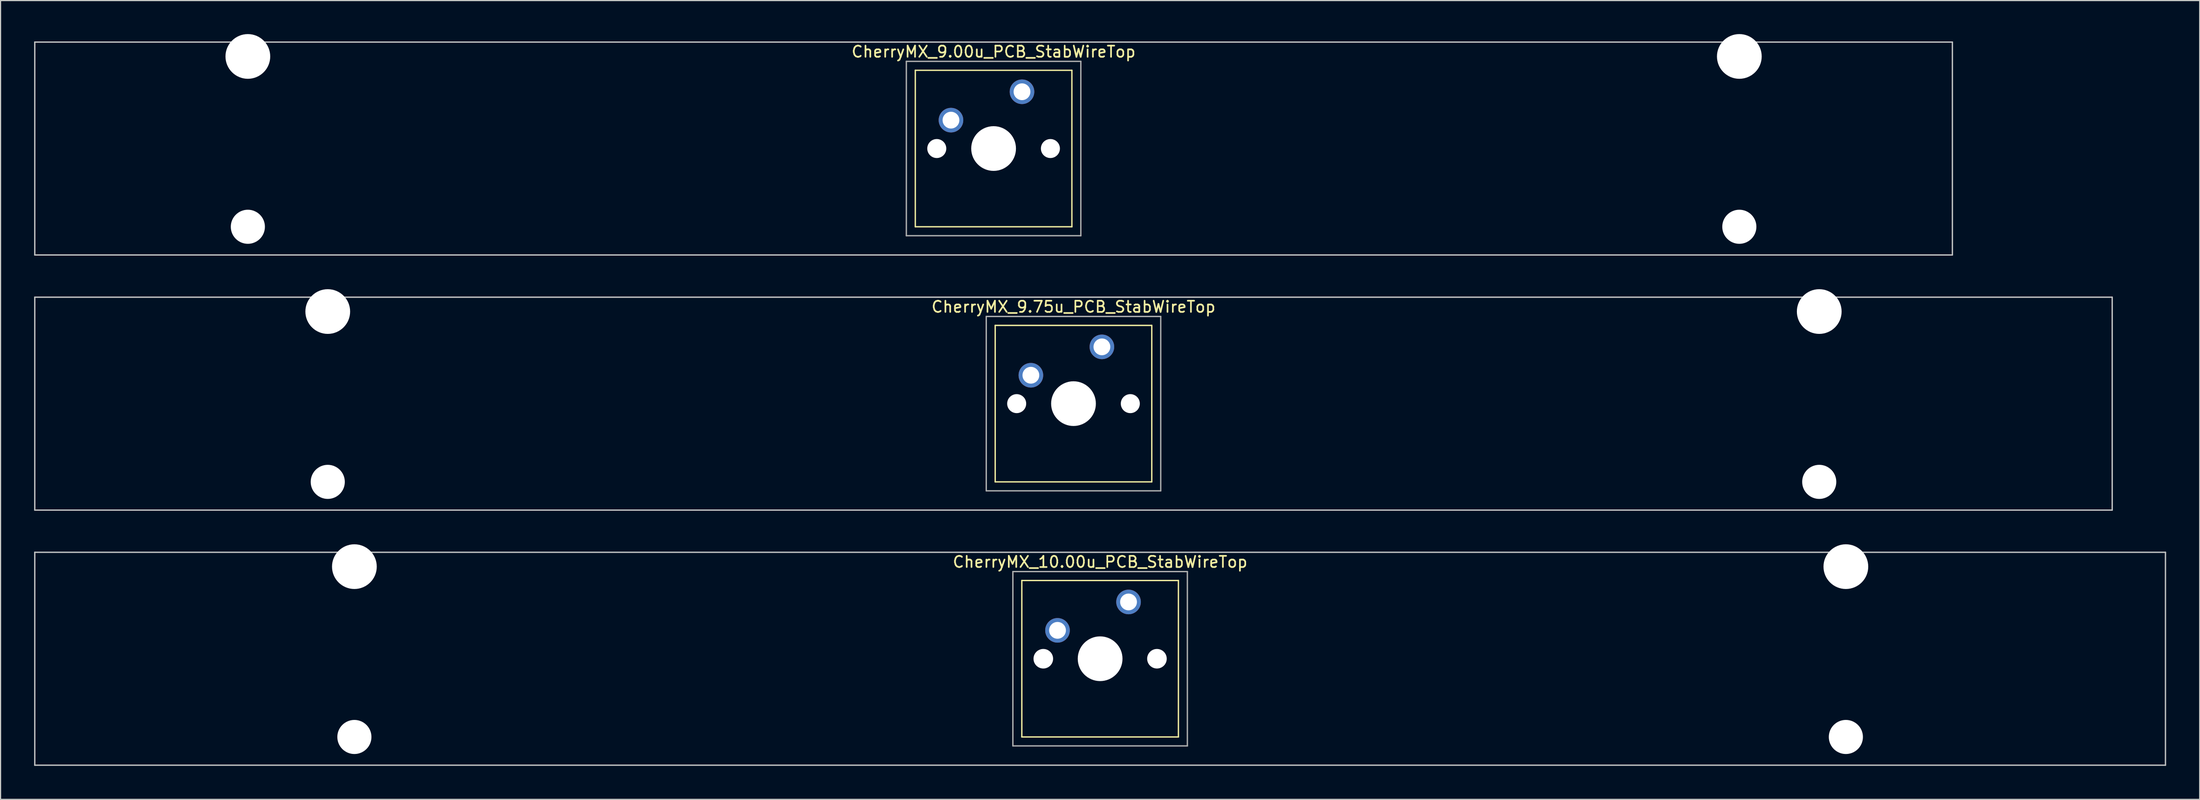
<source format=kicad_pcb>
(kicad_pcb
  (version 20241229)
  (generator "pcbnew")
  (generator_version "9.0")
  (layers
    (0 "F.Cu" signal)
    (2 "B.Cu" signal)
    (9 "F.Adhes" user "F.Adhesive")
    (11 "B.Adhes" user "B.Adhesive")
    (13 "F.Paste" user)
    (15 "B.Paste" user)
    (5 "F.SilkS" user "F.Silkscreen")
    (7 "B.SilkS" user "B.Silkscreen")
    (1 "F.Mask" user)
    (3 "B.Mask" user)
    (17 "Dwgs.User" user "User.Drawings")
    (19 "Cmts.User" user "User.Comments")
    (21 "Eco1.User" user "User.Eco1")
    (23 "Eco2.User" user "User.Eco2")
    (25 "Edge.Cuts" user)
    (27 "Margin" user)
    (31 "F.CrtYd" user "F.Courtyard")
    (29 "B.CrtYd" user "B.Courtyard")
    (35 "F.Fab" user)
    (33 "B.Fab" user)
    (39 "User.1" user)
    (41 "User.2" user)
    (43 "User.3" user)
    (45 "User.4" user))
  (footprint "CherryMX_9.00u_PCB_StabWireTop"
    (layer "F.Cu")
    (at 85.785 10.24)
    (property "Reference" "CherryMX_9.00u_PCB_StabWireTop" (at 0 -8.662 0) (layer "F.SilkS") (effects (font (size 1 1) (thickness 0.15))))
    (attr through_hole)
    (fp_line (start -7 -7) (end -7 7) (stroke (width 0.12) (type solid)) (layer "F.SilkS"))
    (fp_line (start -7 -7) (end 7 -7) (stroke (width 0.12) (type solid)) (layer "F.SilkS"))
    (fp_line (start 7 -7) (end 7 7) (stroke (width 0.12) (type solid)) (layer "F.SilkS"))
    (fp_line (start 7 7) (end -7 7) (stroke (width 0.12) (type solid)) (layer "F.SilkS"))
    (fp_line (start -85.725 -9.525) (end 85.725 -9.525) (stroke (width 0.12) (type solid)) (layer "Dwgs.User"))
    (fp_line (start -85.725 9.525) (end -85.725 -9.525) (stroke (width 0.12) (type solid)) (layer "Dwgs.User"))
    (fp_line (start 85.725 -9.525) (end 85.725 9.525) (stroke (width 0.12) (type solid)) (layer "Dwgs.User"))
    (fp_line (start 85.725 9.525) (end -85.725 9.525) (stroke (width 0.12) (type solid)) (layer "Dwgs.User"))
    (fp_line (start -7.8 -7.8) (end -7.8 7.8) (stroke (width 0.12) (type solid)) (layer "F.Fab"))
    (fp_line (start -7.8 -7.8) (end 7.8 -7.8) (stroke (width 0.12) (type solid)) (layer "F.Fab"))
    (fp_line (start -7.8 7.8) (end 7.8 7.8) (stroke (width 0.12) (type solid)) (layer "F.Fab"))
    (fp_line (start 7.8 -7.8) (end 7.8 7.8) (stroke (width 0.12) (type solid)) (layer "F.Fab"))
    (pad "" np_thru_hole circle (at -66.675 -8.24) (size 4 4) (drill 4) (layers "*.Cu" "*.Mask"))
    (pad "" np_thru_hole circle (at -66.675 7) (size 3.05 3.05) (drill 3.05) (layers "*.Cu" "*.Mask"))
    (pad "" np_thru_hole circle (at -5.08 0) (size 1.7 1.7) (drill 1.7) (layers "*.Cu" "*.Mask"))
    (pad "" np_thru_hole circle (at 0 0) (size 4 4) (drill 4) (layers "*.Cu" "*.Mask"))
    (pad "" np_thru_hole circle (at 5.08 0) (size 1.7 1.7) (drill 1.7) (layers "*.Cu" "*.Mask"))
    (pad "" np_thru_hole circle (at 66.675 -8.24) (size 4 4) (drill 4) (layers "*.Cu" "*.Mask"))
    (pad "" np_thru_hole circle (at 66.675 7) (size 3.05 3.05) (drill 3.05) (layers "*.Cu" "*.Mask"))
    (pad "1" thru_hole circle (at -3.81 -2.54) (size 2.2 2.2) (drill 1.5) (layers "*.Cu" "*.Mask"))
    (pad "2" thru_hole circle (at 2.54 -5.08) (size 2.2 2.2) (drill 1.5) (layers "*.Cu" "*.Mask")))
  (footprint "CherryMX_9.75u_PCB_StabWireTop"
    (layer "F.Cu")
    (at 92.929 33.065)
    (property "Reference" "CherryMX_9.75u_PCB_StabWireTop" (at 0 -8.662 0) (layer "F.SilkS") (effects (font (size 1 1) (thickness 0.15))))
    (attr through_hole)
    (fp_line (start -7 -7) (end -7 7) (stroke (width 0.12) (type solid)) (layer "F.SilkS"))
    (fp_line (start -7 -7) (end 7 -7) (stroke (width 0.12) (type solid)) (layer "F.SilkS"))
    (fp_line (start 7 -7) (end 7 7) (stroke (width 0.12) (type solid)) (layer "F.SilkS"))
    (fp_line (start 7 7) (end -7 7) (stroke (width 0.12) (type solid)) (layer "F.SilkS"))
    (fp_line (start -92.869 -9.525) (end 92.869 -9.525) (stroke (width 0.12) (type solid)) (layer "Dwgs.User"))
    (fp_line (start -92.869 9.525) (end -92.869 -9.525) (stroke (width 0.12) (type solid)) (layer "Dwgs.User"))
    (fp_line (start 92.869 -9.525) (end 92.869 9.525) (stroke (width 0.12) (type solid)) (layer "Dwgs.User"))
    (fp_line (start 92.869 9.525) (end -92.869 9.525) (stroke (width 0.12) (type solid)) (layer "Dwgs.User"))
    (fp_line (start -7.8 -7.8) (end -7.8 7.8) (stroke (width 0.12) (type solid)) (layer "F.Fab"))
    (fp_line (start -7.8 -7.8) (end 7.8 -7.8) (stroke (width 0.12) (type solid)) (layer "F.Fab"))
    (fp_line (start -7.8 7.8) (end 7.8 7.8) (stroke (width 0.12) (type solid)) (layer "F.Fab"))
    (fp_line (start 7.8 -7.8) (end 7.8 7.8) (stroke (width 0.12) (type solid)) (layer "F.Fab"))
    (pad "" np_thru_hole circle (at -66.675 -8.24) (size 4 4) (drill 4) (layers "*.Cu" "*.Mask"))
    (pad "" np_thru_hole circle (at -66.675 7) (size 3.05 3.05) (drill 3.05) (layers "*.Cu" "*.Mask"))
    (pad "" np_thru_hole circle (at -5.08 0) (size 1.7 1.7) (drill 1.7) (layers "*.Cu" "*.Mask"))
    (pad "" np_thru_hole circle (at 0 0) (size 4 4) (drill 4) (layers "*.Cu" "*.Mask"))
    (pad "" np_thru_hole circle (at 5.08 0) (size 1.7 1.7) (drill 1.7) (layers "*.Cu" "*.Mask"))
    (pad "" np_thru_hole circle (at 66.675 -8.24) (size 4 4) (drill 4) (layers "*.Cu" "*.Mask"))
    (pad "" np_thru_hole circle (at 66.675 7) (size 3.05 3.05) (drill 3.05) (layers "*.Cu" "*.Mask"))
    (pad "1" thru_hole circle (at -3.81 -2.54) (size 2.2 2.2) (drill 1.5) (layers "*.Cu" "*.Mask"))
    (pad "2" thru_hole circle (at 2.54 -5.08) (size 2.2 2.2) (drill 1.5) (layers "*.Cu" "*.Mask")))
  (footprint "CherryMX_10.00u_PCB_StabWireTop"
    (layer "F.Cu")
    (at 95.31 55.89)
    (property "Reference" "CherryMX_10.00u_PCB_StabWireTop" (at 0 -8.662 0) (layer "F.SilkS") (effects (font (size 1 1) (thickness 0.15))))
    (attr through_hole)
    (fp_line (start -7 -7) (end -7 7) (stroke (width 0.12) (type solid)) (layer "F.SilkS"))
    (fp_line (start -7 -7) (end 7 -7) (stroke (width 0.12) (type solid)) (layer "F.SilkS"))
    (fp_line (start 7 -7) (end 7 7) (stroke (width 0.12) (type solid)) (layer "F.SilkS"))
    (fp_line (start 7 7) (end -7 7) (stroke (width 0.12) (type solid)) (layer "F.SilkS"))
    (fp_line (start -95.25 -9.525) (end 95.25 -9.525) (stroke (width 0.12) (type solid)) (layer "Dwgs.User"))
    (fp_line (start -95.25 9.525) (end -95.25 -9.525) (stroke (width 0.12) (type solid)) (layer "Dwgs.User"))
    (fp_line (start 95.25 -9.525) (end 95.25 9.525) (stroke (width 0.12) (type solid)) (layer "Dwgs.User"))
    (fp_line (start 95.25 9.525) (end -95.25 9.525) (stroke (width 0.12) (type solid)) (layer "Dwgs.User"))
    (fp_line (start -7.8 -7.8) (end -7.8 7.8) (stroke (width 0.12) (type solid)) (layer "F.Fab"))
    (fp_line (start -7.8 -7.8) (end 7.8 -7.8) (stroke (width 0.12) (type solid)) (layer "F.Fab"))
    (fp_line (start -7.8 7.8) (end 7.8 7.8) (stroke (width 0.12) (type solid)) (layer "F.Fab"))
    (fp_line (start 7.8 -7.8) (end 7.8 7.8) (stroke (width 0.12) (type solid)) (layer "F.Fab"))
    (pad "" np_thru_hole circle (at -66.675 -8.24) (size 4 4) (drill 4) (layers "*.Cu" "*.Mask"))
    (pad "" np_thru_hole circle (at -66.675 7) (size 3.05 3.05) (drill 3.05) (layers "*.Cu" "*.Mask"))
    (pad "" np_thru_hole circle (at -5.08 0) (size 1.75 1.75) (drill 1.75) (layers "*.Cu" "*.Mask"))
    (pad "" np_thru_hole circle (at 0 0) (size 4 4) (drill 4) (layers "*.Cu" "*.Mask"))
    (pad "" np_thru_hole circle (at 5.08 0) (size 1.75 1.75) (drill 1.75) (layers "*.Cu" "*.Mask"))
    (pad "" np_thru_hole circle (at 66.675 -8.24) (size 4 4) (drill 4) (layers "*.Cu" "*.Mask"))
    (pad "" np_thru_hole circle (at 66.675 7) (size 3.05 3.05) (drill 3.05) (layers "*.Cu" "*.Mask"))
    (pad "1" thru_hole circle (at -3.81 -2.54) (size 2.2 2.2) (drill 1.5) (layers "*.Cu" "*.Mask"))
    (pad "2" thru_hole circle (at 2.54 -5.08) (size 2.2 2.2) (drill 1.5) (layers "*.Cu" "*.Mask")))
  (gr_rect
    (start -3 -3)
    (end 193.62 68.475)
    (stroke (width 0.1) (type default))
    (fill no)
    (layer "Edge.Cuts")))
</source>
